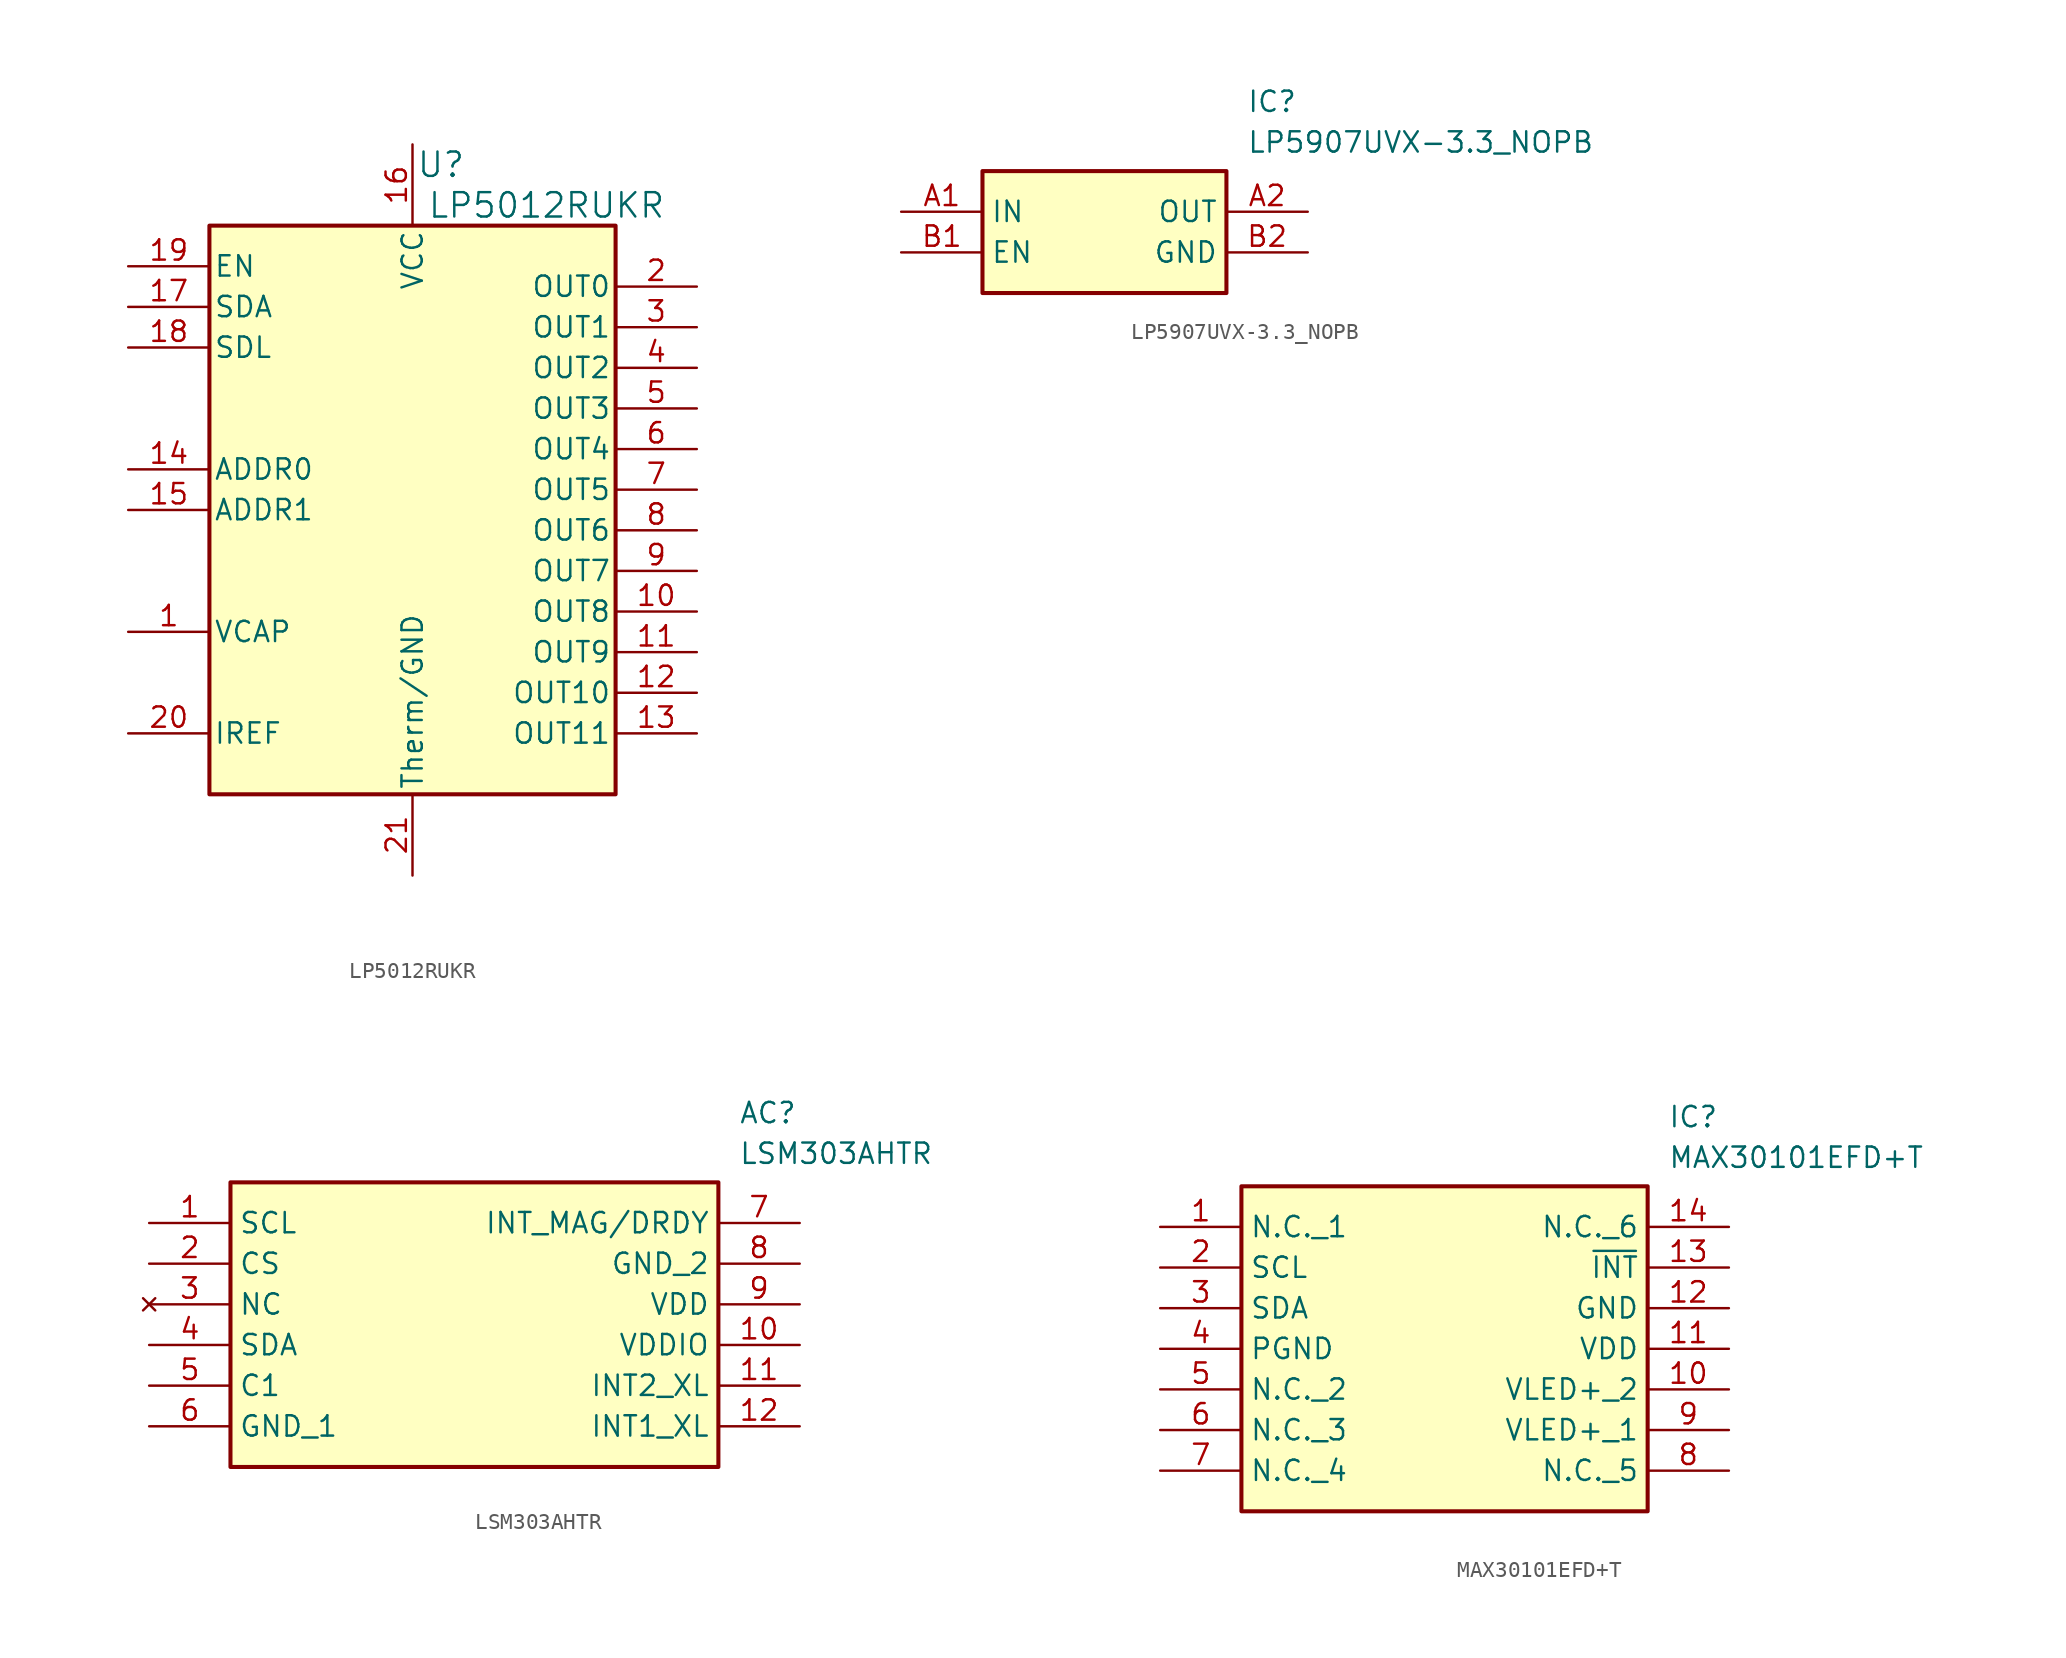
<source format=kicad_sym>
(kicad_symbol_lib
  (version 20231120)
  (generator "kicad_symbol_editor")
  (generator_version "8.0")
  (symbol "LP5012RUKR"
    (pin_names
      (offset 0.254))
    (property "Reference" "U"
      (at 22.098 8.89 0)
      (effects (font (size 1.524 1.524))))
    (property "Value" "LP5012RUKR"
      (at 28.702 6.35 0)
      (effects (font (size 1.524 1.524))))
    (symbol "LP5012RUKR_0_1"
      (rectangle (start 7.62 5.08) (end 33.02 -30.48) (stroke (width 0.254) (type default)) (fill (type background))))
    (symbol "LP5012RUKR_1_1"
      (pin unspecified line (at 2.54 -20.32 0) (length 5.08) (name "VCAP" (effects (font (size 1.27 1.27)))) (number "1" (effects (font (size 1.27 1.27)))))
      (pin output line (at 38.1 -19.05 180) (length 5.08) (name "OUT8" (effects (font (size 1.27 1.27)))) (number "10" (effects (font (size 1.27 1.27)))))
      (pin output line (at 38.1 -21.59 180) (length 5.08) (name "OUT9" (effects (font (size 1.27 1.27)))) (number "11" (effects (font (size 1.27 1.27)))))
      (pin output line (at 38.1 -24.13 180) (length 5.08) (name "OUT10" (effects (font (size 1.27 1.27)))) (number "12" (effects (font (size 1.27 1.27)))))
      (pin output line (at 38.1 -26.67 180) (length 5.08) (name "OUT11" (effects (font (size 1.27 1.27)))) (number "13" (effects (font (size 1.27 1.27)))))
      (pin input line (at 2.54 -10.16 0) (length 5.08) (name "ADDR0" (effects (font (size 1.27 1.27)))) (number "14" (effects (font (size 1.27 1.27)))))
      (pin input line (at 2.54 -12.7 0) (length 5.08) (name "ADDR1" (effects (font (size 1.27 1.27)))) (number "15" (effects (font (size 1.27 1.27)))))
      (pin power_in line (at 20.32 10.16 270) (length 5.08) (name "VCC" (effects (font (size 1.27 1.27)))) (number "16" (effects (font (size 1.27 1.27)))))
      (pin open_collector line (at 2.54 0 0) (length 5.08) (name "SDA" (effects (font (size 1.27 1.27)))) (number "17" (effects (font (size 1.27 1.27)))))
      (pin open_collector line (at 2.54 -2.54 0) (length 5.08) (name "SDL" (effects (font (size 1.27 1.27)))) (number "18" (effects (font (size 1.27 1.27)))))
      (pin input line (at 2.54 2.54 0) (length 5.08) (name "EN" (effects (font (size 1.27 1.27)))) (number "19" (effects (font (size 1.27 1.27)))))
      (pin output line (at 38.1 1.27 180) (length 5.08) (name "OUT0" (effects (font (size 1.27 1.27)))) (number "2" (effects (font (size 1.27 1.27)))))
      (pin open_emitter line (at 2.54 -26.67 0) (length 5.08) (name "IREF" (effects (font (size 1.27 1.27)))) (number "20" (effects (font (size 1.27 1.27)))))
      (pin power_in line (at 20.32 -35.56 90) (length 5.08) (name "Therm/GND" (effects (font (size 1.27 1.27)))) (number "21" (effects (font (size 1.27 1.27)))))
      (pin output line (at 38.1 -1.27 180) (length 5.08) (name "OUT1" (effects (font (size 1.27 1.27)))) (number "3" (effects (font (size 1.27 1.27)))))
      (pin output line (at 38.1 -3.81 180) (length 5.08) (name "OUT2" (effects (font (size 1.27 1.27)))) (number "4" (effects (font (size 1.27 1.27)))))
      (pin output line (at 38.1 -6.35 180) (length 5.08) (name "OUT3" (effects (font (size 1.27 1.27)))) (number "5" (effects (font (size 1.27 1.27)))))
      (pin output line (at 38.1 -8.89 180) (length 5.08) (name "OUT4" (effects (font (size 1.27 1.27)))) (number "6" (effects (font (size 1.27 1.27)))))
      (pin output line (at 38.1 -11.43 180) (length 5.08) (name "OUT5" (effects (font (size 1.27 1.27)))) (number "7" (effects (font (size 1.27 1.27)))))
      (pin output line (at 38.1 -13.97 180) (length 5.08) (name "OUT6" (effects (font (size 1.27 1.27)))) (number "8" (effects (font (size 1.27 1.27)))))
      (pin output line (at 38.1 -16.51 180) (length 5.08) (name "OUT7" (effects (font (size 1.27 1.27)))) (number "9" (effects (font (size 1.27 1.27)))))))
  (symbol "LP5907UVX-3.3_NOPB"
    (property "Reference" "IC"
      (at 21.59 7.62 0)
      (effects (font (size 1.27 1.27)) (justify left top)))
    (property "Value" "LP5907UVX-3.3_NOPB"
      (at 21.59 5.08 0)
      (effects (font (size 1.27 1.27)) (justify left top)))
    (symbol "LP5907UVX-3.3_NOPB_1_1"
      (rectangle (start 5.08 2.54) (end 20.32 -5.08) (stroke (width 0.254) (type default)) (fill (type background)))
      (pin passive line (at 0 0 0) (length 5.08) (name "IN" (effects (font (size 1.27 1.27)))) (number "A1" (effects (font (size 1.27 1.27)))))
      (pin passive line (at 25.4 0 180) (length 5.08) (name "OUT" (effects (font (size 1.27 1.27)))) (number "A2" (effects (font (size 1.27 1.27)))))
      (pin passive line (at 0 -2.54 0) (length 5.08) (name "EN" (effects (font (size 1.27 1.27)))) (number "B1" (effects (font (size 1.27 1.27)))))
      (pin passive line (at 25.4 -2.54 180) (length 5.08) (name "GND" (effects (font (size 1.27 1.27)))) (number "B2" (effects (font (size 1.27 1.27)))))))
  (symbol "LSM303AHTR"
    (property "Reference" "AC"
      (at 36.83 7.62 0)
      (effects (font (size 1.27 1.27)) (justify left top)))
    (property "Value" "LSM303AHTR"
      (at 36.83 5.08 0)
      (effects (font (size 1.27 1.27)) (justify left top)))
    (symbol "LSM303AHTR_1_1"
      (rectangle (start 5.08 2.54) (end 35.56 -15.24) (stroke (width 0.254) (type default)) (fill (type background)))
      (pin passive line (at 0 0 0) (length 5.08) (name "SCL" (effects (font (size 1.27 1.27)))) (number "1" (effects (font (size 1.27 1.27)))))
      (pin passive line (at 40.64 -7.62 180) (length 5.08) (name "VDDIO" (effects (font (size 1.27 1.27)))) (number "10" (effects (font (size 1.27 1.27)))))
      (pin passive line (at 40.64 -10.16 180) (length 5.08) (name "INT2_XL" (effects (font (size 1.27 1.27)))) (number "11" (effects (font (size 1.27 1.27)))))
      (pin passive line (at 40.64 -12.7 180) (length 5.08) (name "INT1_XL" (effects (font (size 1.27 1.27)))) (number "12" (effects (font (size 1.27 1.27)))))
      (pin passive line (at 0 -2.54 0) (length 5.08) (name "CS" (effects (font (size 1.27 1.27)))) (number "2" (effects (font (size 1.27 1.27)))))
      (pin no_connect line (at 0 -5.08 0) (length 5.08) (name "NC" (effects (font (size 1.27 1.27)))) (number "3" (effects (font (size 1.27 1.27)))))
      (pin passive line (at 0 -7.62 0) (length 5.08) (name "SDA" (effects (font (size 1.27 1.27)))) (number "4" (effects (font (size 1.27 1.27)))))
      (pin passive line (at 0 -10.16 0) (length 5.08) (name "C1" (effects (font (size 1.27 1.27)))) (number "5" (effects (font (size 1.27 1.27)))))
      (pin passive line (at 0 -12.7 0) (length 5.08) (name "GND_1" (effects (font (size 1.27 1.27)))) (number "6" (effects (font (size 1.27 1.27)))))
      (pin passive line (at 40.64 0 180) (length 5.08) (name "INT_MAG/DRDY" (effects (font (size 1.27 1.27)))) (number "7" (effects (font (size 1.27 1.27)))))
      (pin passive line (at 40.64 -2.54 180) (length 5.08) (name "GND_2" (effects (font (size 1.27 1.27)))) (number "8" (effects (font (size 1.27 1.27)))))
      (pin passive line (at 40.64 -5.08 180) (length 5.08) (name "VDD" (effects (font (size 1.27 1.27)))) (number "9" (effects (font (size 1.27 1.27)))))))
  (symbol "MAX30101EFD+T"
    (property "Reference" "IC"
      (at 31.75 7.62 0)
      (effects (font (size 1.27 1.27)) (justify left top)))
    (property "Value" "MAX30101EFD+T"
      (at 31.75 5.08 0)
      (effects (font (size 1.27 1.27)) (justify left top)))
    (symbol "MAX30101EFD+T_1_1"
      (rectangle (start 5.08 2.54) (end 30.48 -17.78) (stroke (width 0.254) (type default)) (fill (type background)))
      (pin passive line (at 0 0 0) (length 5.08) (name "N.C._1" (effects (font (size 1.27 1.27)))) (number "1" (effects (font (size 1.27 1.27)))))
      (pin passive line (at 35.56 -10.16 180) (length 5.08) (name "VLED+_2" (effects (font (size 1.27 1.27)))) (number "10" (effects (font (size 1.27 1.27)))))
      (pin passive line (at 35.56 -7.62 180) (length 5.08) (name "VDD" (effects (font (size 1.27 1.27)))) (number "11" (effects (font (size 1.27 1.27)))))
      (pin passive line (at 35.56 -5.08 180) (length 5.08) (name "GND" (effects (font (size 1.27 1.27)))) (number "12" (effects (font (size 1.27 1.27)))))
      (pin passive line (at 35.56 -2.54 180) (length 5.08) (name "~{INT}" (effects (font (size 1.27 1.27)))) (number "13" (effects (font (size 1.27 1.27)))))
      (pin passive line (at 35.56 0 180) (length 5.08) (name "N.C._6" (effects (font (size 1.27 1.27)))) (number "14" (effects (font (size 1.27 1.27)))))
      (pin passive line (at 0 -2.54 0) (length 5.08) (name "SCL" (effects (font (size 1.27 1.27)))) (number "2" (effects (font (size 1.27 1.27)))))
      (pin passive line (at 0 -5.08 0) (length 5.08) (name "SDA" (effects (font (size 1.27 1.27)))) (number "3" (effects (font (size 1.27 1.27)))))
      (pin passive line (at 0 -7.62 0) (length 5.08) (name "PGND" (effects (font (size 1.27 1.27)))) (number "4" (effects (font (size 1.27 1.27)))))
      (pin passive line (at 0 -10.16 0) (length 5.08) (name "N.C._2" (effects (font (size 1.27 1.27)))) (number "5" (effects (font (size 1.27 1.27)))))
      (pin passive line (at 0 -12.7 0) (length 5.08) (name "N.C._3" (effects (font (size 1.27 1.27)))) (number "6" (effects (font (size 1.27 1.27)))))
      (pin passive line (at 0 -15.24 0) (length 5.08) (name "N.C._4" (effects (font (size 1.27 1.27)))) (number "7" (effects (font (size 1.27 1.27)))))
      (pin passive line (at 35.56 -15.24 180) (length 5.08) (name "N.C._5" (effects (font (size 1.27 1.27)))) (number "8" (effects (font (size 1.27 1.27)))))
      (pin passive line (at 35.56 -12.7 180) (length 5.08) (name "VLED+_1" (effects (font (size 1.27 1.27)))) (number "9" (effects (font (size 1.27 1.27))))))))
</source>
